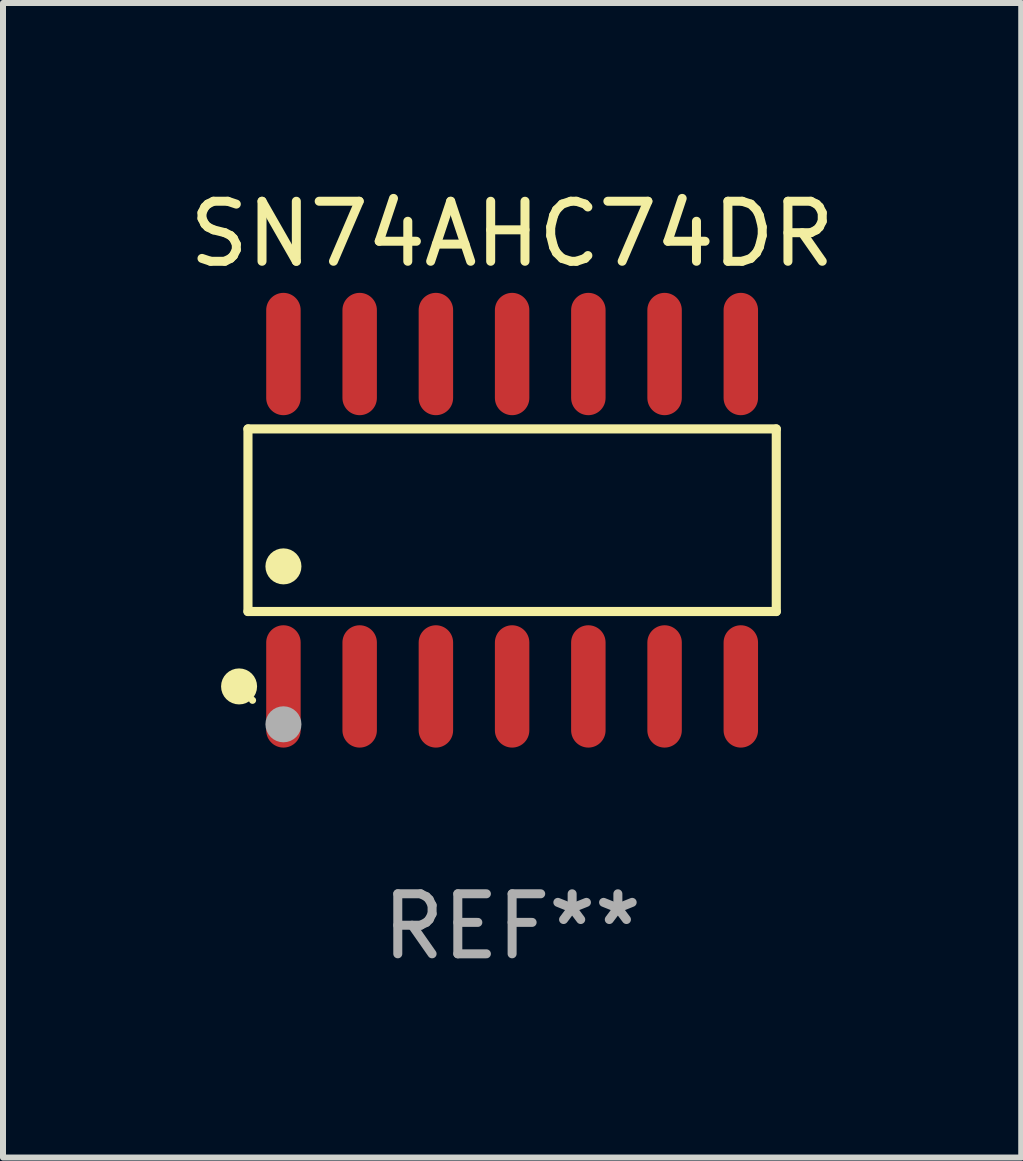
<source format=kicad_pcb>
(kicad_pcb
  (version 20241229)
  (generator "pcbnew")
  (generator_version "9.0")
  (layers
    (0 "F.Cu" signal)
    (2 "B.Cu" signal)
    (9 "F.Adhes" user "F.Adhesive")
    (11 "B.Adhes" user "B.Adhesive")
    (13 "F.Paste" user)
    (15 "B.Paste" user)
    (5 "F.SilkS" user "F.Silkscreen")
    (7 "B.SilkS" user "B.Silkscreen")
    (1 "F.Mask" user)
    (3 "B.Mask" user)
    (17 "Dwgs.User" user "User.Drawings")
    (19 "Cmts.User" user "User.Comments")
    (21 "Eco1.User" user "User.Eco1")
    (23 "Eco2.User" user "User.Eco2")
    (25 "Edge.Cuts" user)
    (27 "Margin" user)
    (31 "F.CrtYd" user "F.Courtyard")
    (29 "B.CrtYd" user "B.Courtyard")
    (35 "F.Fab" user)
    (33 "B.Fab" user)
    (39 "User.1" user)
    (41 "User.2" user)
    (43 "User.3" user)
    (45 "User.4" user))
  (footprint "SN74AHC74DR"
    (layer "F.Cu")
    (at 5.482 5.617)
    (property "Reference" "SN74AHC74DR" (at 0 -4.769 0) (layer "F.SilkS") (effects (font (size 1 1) (thickness 0.15))))
    (attr through_hole)
    (fp_line (start -4.401 -1.521) (end 4.401 -1.521) (stroke (width 0.152) (type solid)) (layer "F.SilkS"))
    (fp_line (start -4.401 1.521) (end -4.401 -1.521) (stroke (width 0.152) (type solid)) (layer "F.SilkS"))
    (fp_line (start 4.401 -1.521) (end 4.401 1.521) (stroke (width 0.152) (type solid)) (layer "F.SilkS"))
    (fp_line (start 4.401 1.521) (end -4.401 1.521) (stroke (width 0.152) (type solid)) (layer "F.SilkS"))
    (fp_circle (center -4.549 2.769) (end -4.399 2.769) (stroke (width 0.3) (type solid)) (fill no) (layer "F.SilkS"))
    (fp_circle (center -4.325 3) (end -4.295 3) (stroke (width 0.06) (type solid)) (fill no) (layer "F.SilkS"))
    (fp_circle (center -3.81 0.769) (end -3.66 0.769) (stroke (width 0.3) (type solid)) (fill no) (layer "F.SilkS"))
    (fp_circle (center -3.81 3.4) (end -3.66 3.4) (stroke (width 0.3) (type solid)) (fill no) (layer "F.Fab"))
    (fp_text user "REF**" (at 0 6.769 0) (layer "F.Fab") (effects (font (size 1 1) (thickness 0.15))))
    (pad "1" smd oval (at -3.81 2.769) (size 0.574 2.038) (layers "F.Cu" "F.Mask" "F.Paste"))
    (pad "2" smd oval (at -2.54 2.769) (size 0.574 2.038) (layers "F.Cu" "F.Mask" "F.Paste"))
    (pad "3" smd oval (at -1.27 2.769) (size 0.574 2.038) (layers "F.Cu" "F.Mask" "F.Paste"))
    (pad "4" smd oval (at 0 2.769) (size 0.574 2.038) (layers "F.Cu" "F.Mask" "F.Paste"))
    (pad "5" smd oval (at 1.27 2.769) (size 0.574 2.038) (layers "F.Cu" "F.Mask" "F.Paste"))
    (pad "6" smd oval (at 2.54 2.769) (size 0.574 2.038) (layers "F.Cu" "F.Mask" "F.Paste"))
    (pad "7" smd oval (at 3.81 2.769) (size 0.574 2.038) (layers "F.Cu" "F.Mask" "F.Paste"))
    (pad "8" smd oval (at 3.81 -2.769) (size 0.574 2.038) (layers "F.Cu" "F.Mask" "F.Paste"))
    (pad "9" smd oval (at 2.54 -2.769) (size 0.574 2.038) (layers "F.Cu" "F.Mask" "F.Paste"))
    (pad "10" smd oval (at 1.27 -2.769) (size 0.574 2.038) (layers "F.Cu" "F.Mask" "F.Paste"))
    (pad "11" smd oval (at 0 -2.769) (size 0.574 2.038) (layers "F.Cu" "F.Mask" "F.Paste"))
    (pad "12" smd oval (at -1.27 -2.769) (size 0.574 2.038) (layers "F.Cu" "F.Mask" "F.Paste"))
    (pad "13" smd oval (at -2.54 -2.769) (size 0.574 2.038) (layers "F.Cu" "F.Mask" "F.Paste"))
    (pad "14" smd oval (at -3.81 -2.769) (size 0.574 2.038) (layers "F.Cu" "F.Mask" "F.Paste")))
  (gr_rect
    (start -3 -3)
    (end 13.964 16.235)
    (stroke (width 0.1) (type default))
    (fill no)
    (layer "Edge.Cuts")))
</source>
